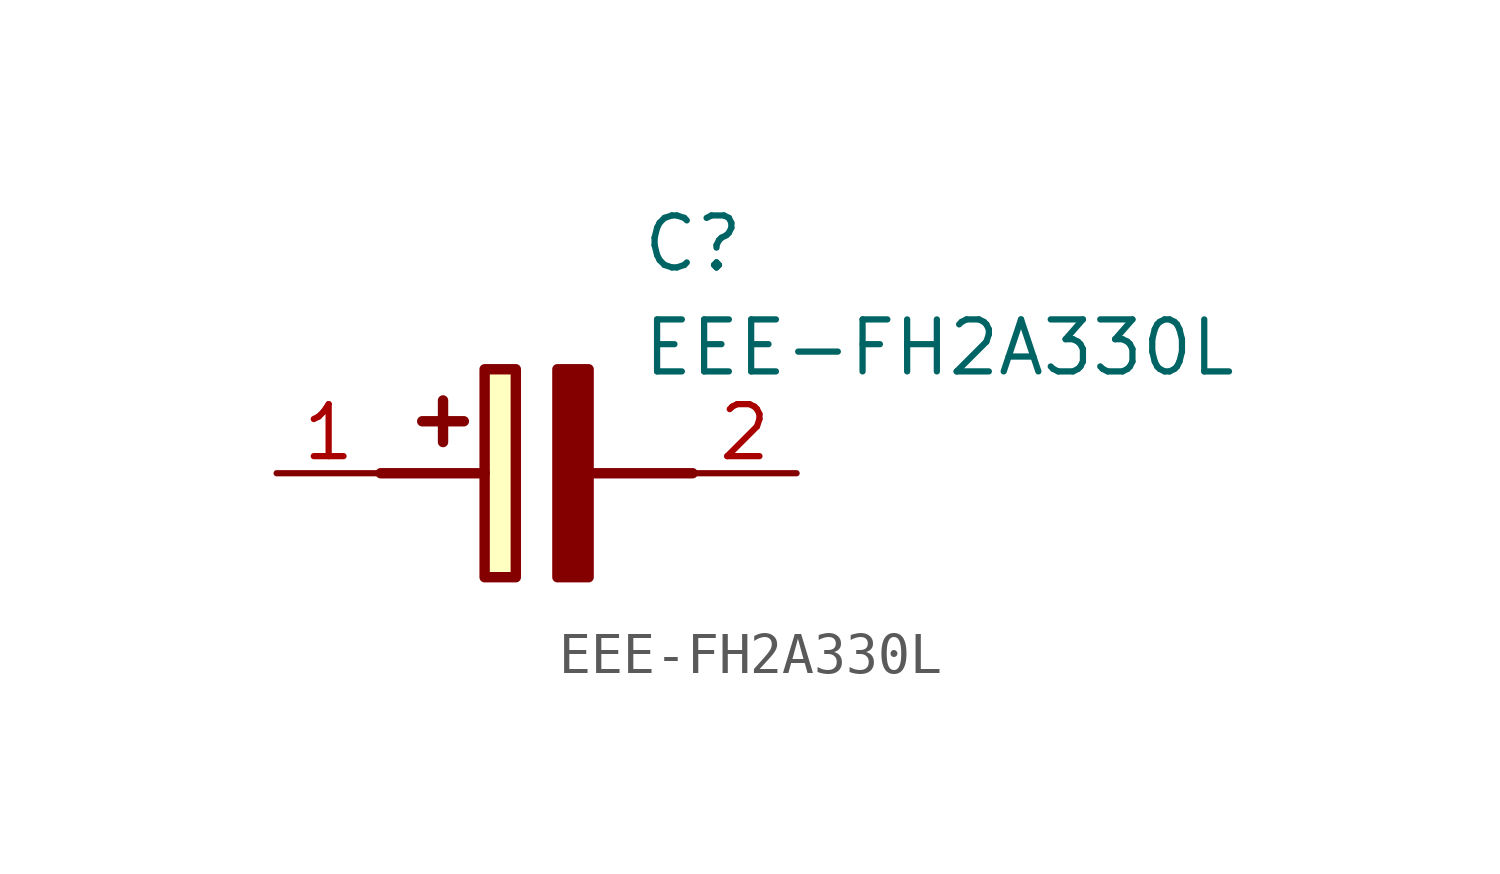
<source format=kicad_sym>
(kicad_symbol_lib
  (version 20211014)
  (generator SamacSys_ECAD_Model)
  (symbol "EEE-FH2A330L"
    (pin_names hide)
    (property "Reference" "C"
      (at 8.89 6.35 0)
      (effects (font (size 1.27 1.27)) (justify left top)))
    (property "Value" "EEE-FH2A330L"
      (at 8.89 3.81 0)
      (effects (font (size 1.27 1.27)) (justify left top)))
    (rectangle
      (start 5.08 2.54)
      (end 5.842 -2.54)
      (stroke (width 0.254) (type default))
      (fill (type background)))
    (polyline
      (pts (xy 4.572 1.27) (xy 3.556 1.27))
      (stroke (width 0.254) (type default))
      (fill (type none)))
    (polyline
      (pts (xy 4.064 1.778) (xy 4.064 0.762))
      (stroke (width 0.254) (type default))
      (fill (type none)))
    (polyline
      (pts (xy 2.54 0) (xy 5.08 0))
      (stroke (width 0.254) (type default))
      (fill (type none)))
    (polyline
      (pts (xy 7.62 0) (xy 10.16 0))
      (stroke (width 0.254) (type default))
      (fill (type none)))
    (polyline
      (pts (xy 7.62 2.54) (xy 7.62 -2.54) (xy 6.858 -2.54) (xy 6.858 2.54) (xy 7.62 2.54))
      (stroke (width 0.254) (type default))
      (fill (type outline)))
    (pin passive line
      (at 0 0 0)
      (length 2.54)
      (name "+" (effects (font (size 1.27 1.27))))
      (number "1" (effects (font (size 1.27 1.27)))))
    (pin passive line
      (at 12.7 0 180)
      (length 2.54)
      (name "-" (effects (font (size 1.27 1.27))))
      (number "2" (effects (font (size 1.27 1.27)))))))
</source>
